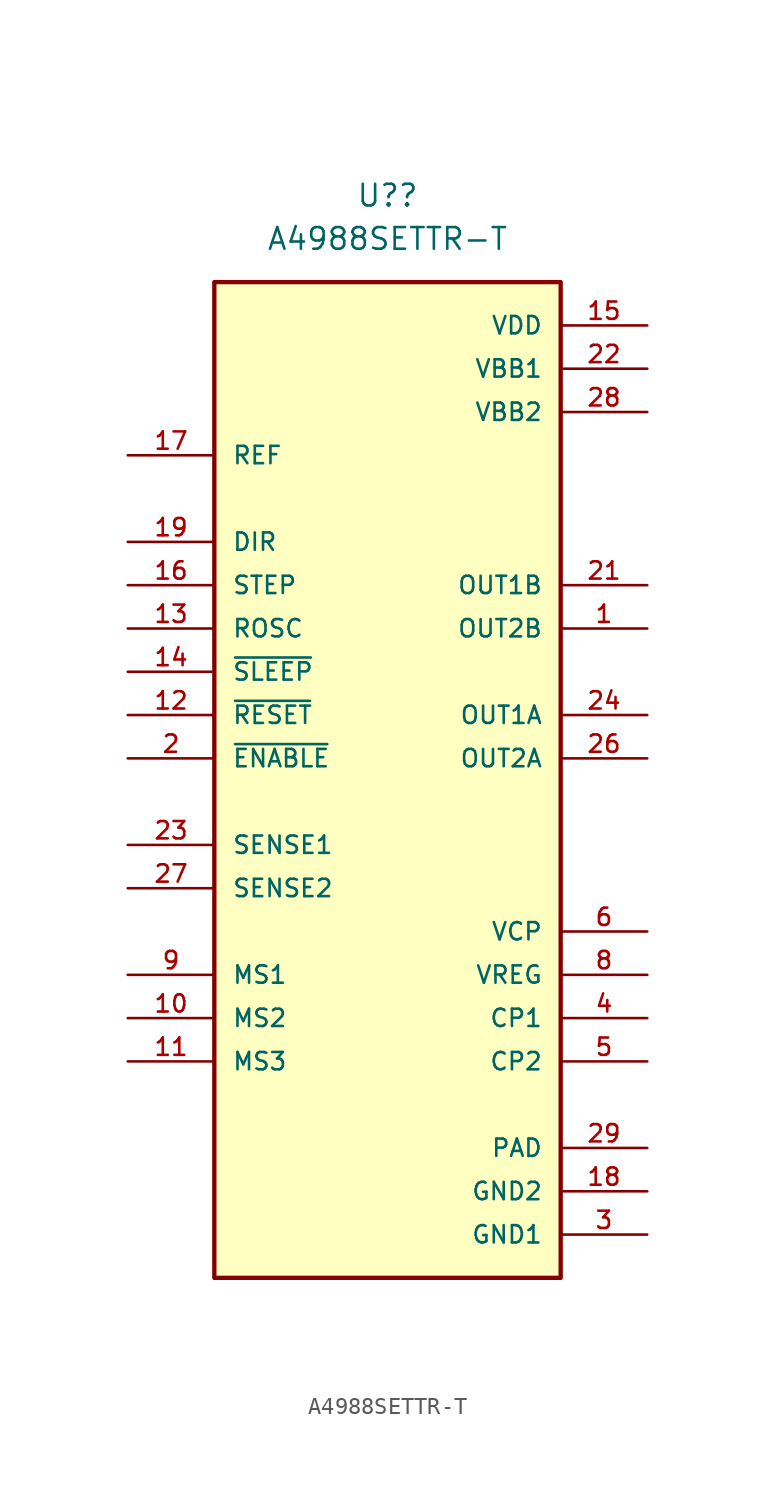
<source format=kicad_sym>
(kicad_symbol_lib
  (version 20211014)
  (generator kicad_symbol_editor)
  (symbol "A4988SETTR-T"
    (pin_names
      (offset 1.016))
    (property "Reference" "U?"
      (at 0 33.02 0)
      (effects (font (size 1.27 1.27))))
    (property "Value" "A4988SETTR-T"
      (at 0 30.48 0)
      (effects (font (size 1.27 1.27))))
    (property "ki_locked" ""
      (at 0 0 0)
      (effects (font (size 1.27 1.27))))
    (symbol "A4988SETTR-T_0_0"
      (rectangle (start -10.16 -30.48) (end 10.16 27.94) (stroke (width 0.254) (type default) (color 0 0 0 0)) (fill (type background)))
      (pin output line (at 15.24 7.62 180) (length 5.08) (name "OUT2B" (effects (font (size 1.016 1.016)))) (number "1" (effects (font (size 1.016 1.016)))))
      (pin input line (at -15.24 -15.24 0) (length 5.08) (name "MS2" (effects (font (size 1.016 1.016)))) (number "10" (effects (font (size 1.016 1.016)))))
      (pin input line (at -15.24 -17.78 0) (length 5.08) (name "MS3" (effects (font (size 1.016 1.016)))) (number "11" (effects (font (size 1.016 1.016)))))
      (pin input line (at -15.24 2.54 0) (length 5.08) (name "~{RESET}" (effects (font (size 1.016 1.016)))) (number "12" (effects (font (size 1.016 1.016)))))
      (pin input line (at -15.24 7.62 0) (length 5.08) (name "ROSC" (effects (font (size 1.016 1.016)))) (number "13" (effects (font (size 1.016 1.016)))))
      (pin input line (at -15.24 5.08 0) (length 5.08) (name "~{SLEEP}" (effects (font (size 1.016 1.016)))) (number "14" (effects (font (size 1.016 1.016)))))
      (pin power_in line (at 15.24 25.4 180) (length 5.08) (name "VDD" (effects (font (size 1.016 1.016)))) (number "15" (effects (font (size 1.016 1.016)))))
      (pin input line (at -15.24 10.16 0) (length 5.08) (name "STEP" (effects (font (size 1.016 1.016)))) (number "16" (effects (font (size 1.016 1.016)))))
      (pin input line (at -15.24 17.78 0) (length 5.08) (name "REF" (effects (font (size 1.016 1.016)))) (number "17" (effects (font (size 1.016 1.016)))))
      (pin passive line (at 15.24 -25.4 180) (length 5.08) (name "GND2" (effects (font (size 1.016 1.016)))) (number "18" (effects (font (size 1.016 1.016)))))
      (pin input line (at -15.24 12.7 0) (length 5.08) (name "DIR" (effects (font (size 1.016 1.016)))) (number "19" (effects (font (size 1.016 1.016)))))
      (pin input line (at -15.24 0 0) (length 5.08) (name "~{ENABLE}" (effects (font (size 1.016 1.016)))) (number "2" (effects (font (size 1.016 1.016)))))
      (pin output line (at 15.24 10.16 180) (length 5.08) (name "OUT1B" (effects (font (size 1.016 1.016)))) (number "21" (effects (font (size 1.016 1.016)))))
      (pin power_in line (at 15.24 22.86 180) (length 5.08) (name "VBB1" (effects (font (size 1.016 1.016)))) (number "22" (effects (font (size 1.016 1.016)))))
      (pin input line (at -15.24 -5.08 0) (length 5.08) (name "SENSE1" (effects (font (size 1.016 1.016)))) (number "23" (effects (font (size 1.016 1.016)))))
      (pin output line (at 15.24 2.54 180) (length 5.08) (name "OUT1A" (effects (font (size 1.016 1.016)))) (number "24" (effects (font (size 1.016 1.016)))))
      (pin output line (at 15.24 0 180) (length 5.08) (name "OUT2A" (effects (font (size 1.016 1.016)))) (number "26" (effects (font (size 1.016 1.016)))))
      (pin input line (at -15.24 -7.62 0) (length 5.08) (name "SENSE2" (effects (font (size 1.016 1.016)))) (number "27" (effects (font (size 1.016 1.016)))))
      (pin power_in line (at 15.24 20.32 180) (length 5.08) (name "VBB2" (effects (font (size 1.016 1.016)))) (number "28" (effects (font (size 1.016 1.016)))))
      (pin passive line (at 15.24 -22.86 180) (length 5.08) (name "PAD" (effects (font (size 1.016 1.016)))) (number "29" (effects (font (size 1.016 1.016)))))
      (pin passive line (at 15.24 -27.94 180) (length 5.08) (name "GND1" (effects (font (size 1.016 1.016)))) (number "3" (effects (font (size 1.016 1.016)))))
      (pin passive line (at 15.24 -15.24 180) (length 5.08) (name "CP1" (effects (font (size 1.016 1.016)))) (number "4" (effects (font (size 1.016 1.016)))))
      (pin passive line (at 15.24 -17.78 180) (length 5.08) (name "CP2" (effects (font (size 1.016 1.016)))) (number "5" (effects (font (size 1.016 1.016)))))
      (pin passive line (at 15.24 -10.16 180) (length 5.08) (name "VCP" (effects (font (size 1.016 1.016)))) (number "6" (effects (font (size 1.016 1.016)))))
      (pin passive line (at 15.24 -12.7 180) (length 5.08) (name "VREG" (effects (font (size 1.016 1.016)))) (number "8" (effects (font (size 1.016 1.016)))))
      (pin input line (at -15.24 -12.7 0) (length 5.08) (name "MS1" (effects (font (size 1.016 1.016)))) (number "9" (effects (font (size 1.016 1.016))))))))
</source>
